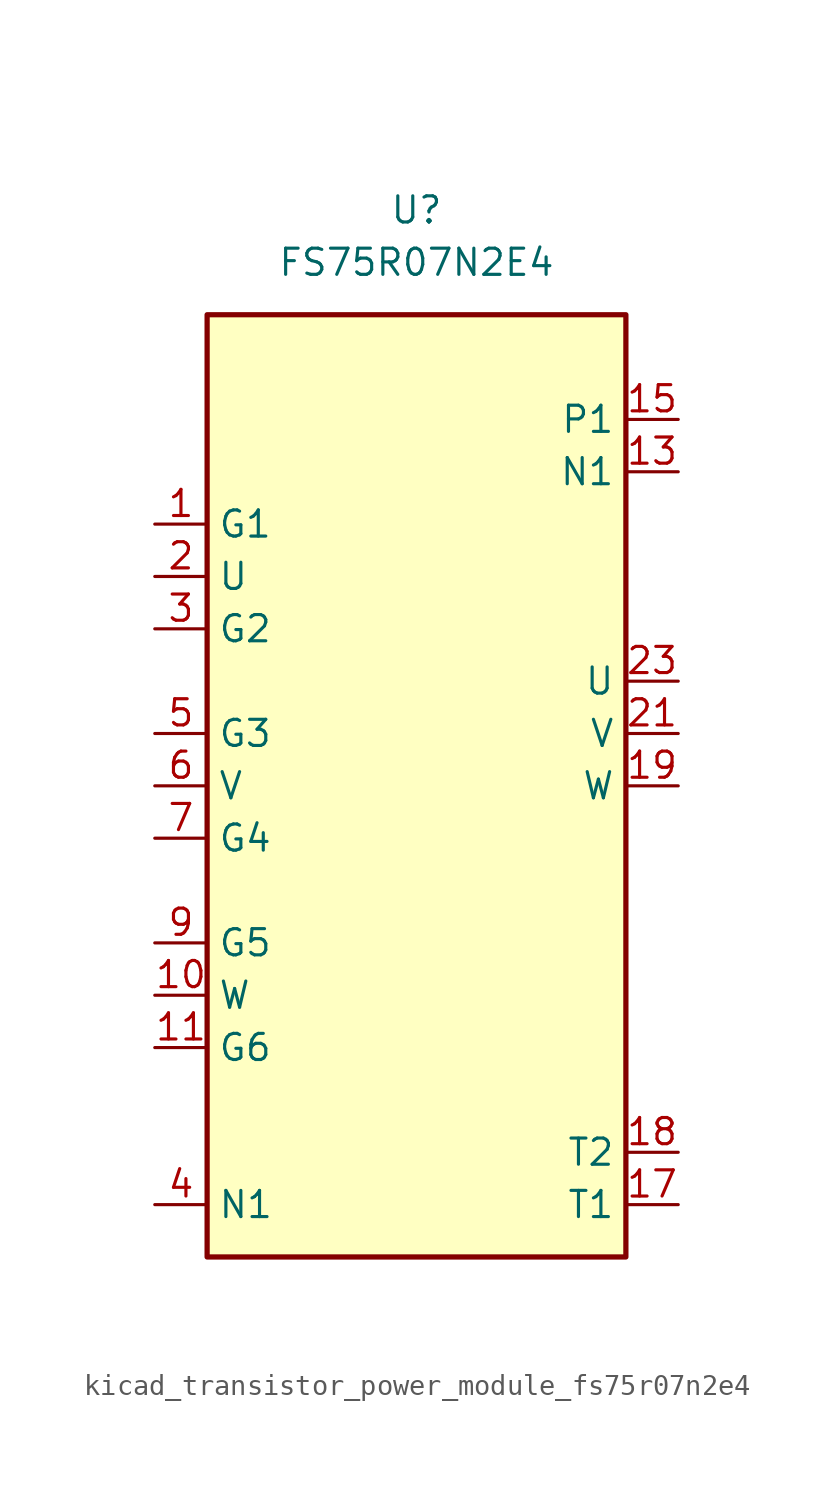
<source format=kicad_sym>
(kicad_symbol_lib
  (version 20220914)
  (generator kicad_symbol_editor)
  (symbol "kicad_transistor_power_module_fs75r07n2e4"
    (property "Reference" "U"
      (at 0 25.4 0)
      (effects (font (size 1.27 1.27))))
    (property "Value" "FS75R07N2E4"
      (at 0 22.86 0)
      (effects (font (size 1.27 1.27))))
    (symbol "kicad_transistor_power_module_fs75r07n2e4_0_0"
      (pin passive line (at 12.7 12.7 180) (length 2.54) (name "N1" (effects (font (size 1.27 1.27)))) (number "13" (effects (font (size 1.27 1.27)))))
      (pin passive line (at 12.7 12.7 180) (length 2.54) hide (name "N1" (effects (font (size 1.27 1.27)))) (number "14" (effects (font (size 1.27 1.27)))))
      (pin passive line (at 12.7 15.24 180) (length 2.54) (name "P1" (effects (font (size 1.27 1.27)))) (number "15" (effects (font (size 1.27 1.27)))))
      (pin passive line (at 12.7 15.24 180) (length 2.54) hide (name "P1" (effects (font (size 1.27 1.27)))) (number "16" (effects (font (size 1.27 1.27)))))
      (pin passive line (at 12.7 -22.86 180) (length 2.54) (name "T1" (effects (font (size 1.27 1.27)))) (number "17" (effects (font (size 1.27 1.27)))))
      (pin passive line (at 12.7 -20.32 180) (length 2.54) (name "T2" (effects (font (size 1.27 1.27)))) (number "18" (effects (font (size 1.27 1.27)))))
      (pin passive line (at 12.7 -2.54 180) (length 2.54) (name "W" (effects (font (size 1.27 1.27)))) (number "19" (effects (font (size 1.27 1.27)))))
      (pin passive line (at 12.7 -2.54 180) (length 2.54) hide (name "W" (effects (font (size 1.27 1.27)))) (number "20" (effects (font (size 1.27 1.27)))))
      (pin passive line (at 12.7 0 180) (length 2.54) (name "V" (effects (font (size 1.27 1.27)))) (number "21" (effects (font (size 1.27 1.27)))))
      (pin passive line (at 12.7 0 180) (length 2.54) hide (name "V" (effects (font (size 1.27 1.27)))) (number "22" (effects (font (size 1.27 1.27)))))
      (pin passive line (at 12.7 2.54 180) (length 2.54) (name "U" (effects (font (size 1.27 1.27)))) (number "23" (effects (font (size 1.27 1.27)))))
      (pin passive line (at 12.7 2.54 180) (length 2.54) hide (name "U" (effects (font (size 1.27 1.27)))) (number "24" (effects (font (size 1.27 1.27)))))
      (pin passive line (at 12.7 15.24 180) (length 2.54) hide (name "P1" (effects (font (size 1.27 1.27)))) (number "25" (effects (font (size 1.27 1.27)))))
      (pin passive line (at 12.7 15.24 180) (length 2.54) hide (name "P1" (effects (font (size 1.27 1.27)))) (number "26" (effects (font (size 1.27 1.27)))))
      (pin passive line (at 12.7 12.7 180) (length 2.54) hide (name "N1" (effects (font (size 1.27 1.27)))) (number "27" (effects (font (size 1.27 1.27)))))
      (pin passive line (at 12.7 12.7 180) (length 2.54) hide (name "N1" (effects (font (size 1.27 1.27)))) (number "28" (effects (font (size 1.27 1.27))))))
    (symbol "kicad_transistor_power_module_fs75r07n2e4_1_1"
      (rectangle (start -10.16 20.32) (end 10.16 -25.4) (stroke (width 0.254) (type default)) (fill (type background)))
      (pin passive line (at -12.7 10.16 0) (length 2.54) (name "G1" (effects (font (size 1.27 1.27)))) (number "1" (effects (font (size 1.27 1.27)))))
      (pin passive line (at -12.7 -12.7 0) (length 2.54) (name "W" (effects (font (size 1.27 1.27)))) (number "10" (effects (font (size 1.27 1.27)))))
      (pin passive line (at -12.7 -15.24 0) (length 2.54) (name "G6" (effects (font (size 1.27 1.27)))) (number "11" (effects (font (size 1.27 1.27)))))
      (pin passive line (at -12.7 -22.86 0) (length 2.54) hide (name "N1" (effects (font (size 1.27 1.27)))) (number "12" (effects (font (size 1.27 1.27)))))
      (pin passive line (at -12.7 7.62 0) (length 2.54) (name "U" (effects (font (size 1.27 1.27)))) (number "2" (effects (font (size 1.27 1.27)))))
      (pin passive line (at -12.7 5.08 0) (length 2.54) (name "G2" (effects (font (size 1.27 1.27)))) (number "3" (effects (font (size 1.27 1.27)))))
      (pin passive line (at -12.7 -22.86 0) (length 2.54) (name "N1" (effects (font (size 1.27 1.27)))) (number "4" (effects (font (size 1.27 1.27)))))
      (pin passive line (at -12.7 0 0) (length 2.54) (name "G3" (effects (font (size 1.27 1.27)))) (number "5" (effects (font (size 1.27 1.27)))))
      (pin passive line (at -12.7 -2.54 0) (length 2.54) (name "V" (effects (font (size 1.27 1.27)))) (number "6" (effects (font (size 1.27 1.27)))))
      (pin passive line (at -12.7 -5.08 0) (length 2.54) (name "G4" (effects (font (size 1.27 1.27)))) (number "7" (effects (font (size 1.27 1.27)))))
      (pin passive line (at -12.7 -22.86 0) (length 2.54) hide (name "N1" (effects (font (size 1.27 1.27)))) (number "8" (effects (font (size 1.27 1.27)))))
      (pin passive line (at -12.7 -10.16 0) (length 2.54) (name "G5" (effects (font (size 1.27 1.27)))) (number "9" (effects (font (size 1.27 1.27))))))))
</source>
